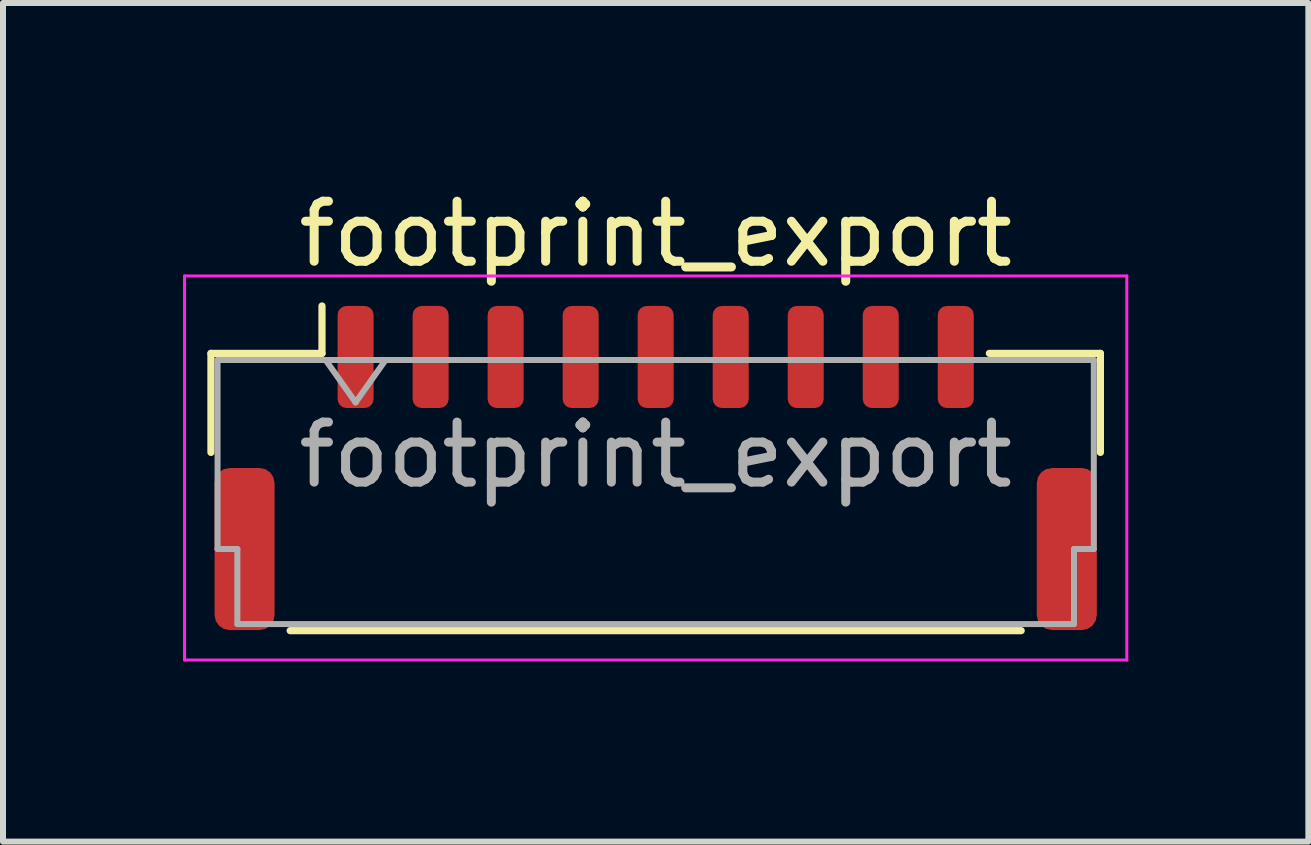
<source format=kicad_pcb>
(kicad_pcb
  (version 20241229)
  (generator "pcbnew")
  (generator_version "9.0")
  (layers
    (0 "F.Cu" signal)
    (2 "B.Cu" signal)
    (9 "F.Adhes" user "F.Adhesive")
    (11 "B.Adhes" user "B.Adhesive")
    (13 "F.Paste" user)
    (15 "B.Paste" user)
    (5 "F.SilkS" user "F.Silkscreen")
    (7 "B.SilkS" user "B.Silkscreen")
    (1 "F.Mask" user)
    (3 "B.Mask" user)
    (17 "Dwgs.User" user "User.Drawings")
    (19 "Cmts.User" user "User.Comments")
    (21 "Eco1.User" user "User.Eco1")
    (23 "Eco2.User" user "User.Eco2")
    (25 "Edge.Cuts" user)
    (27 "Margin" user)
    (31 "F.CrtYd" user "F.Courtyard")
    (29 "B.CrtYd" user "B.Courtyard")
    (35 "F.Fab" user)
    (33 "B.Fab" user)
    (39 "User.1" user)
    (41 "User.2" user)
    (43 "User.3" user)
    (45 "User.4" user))
  (footprint "footprint_export"
    (layer "F.Cu")
    (at 7.875 4.748)
    (property "Reference" "footprint_export" (at 0 -3.9 0) (layer "F.SilkS") (effects (font (size 1 1) (thickness 0.15))))
    (attr smd)
    (fp_line (start -7.41 -1.91) (end -5.56 -1.91) (stroke (width 0.12) (type solid)) (layer "F.SilkS"))
    (fp_line (start -7.41 -0.26) (end -7.41 -1.91) (stroke (width 0.12) (type solid)) (layer "F.SilkS"))
    (fp_line (start -6.09 2.71) (end 6.09 2.71) (stroke (width 0.12) (type solid)) (layer "F.SilkS"))
    (fp_line (start -5.56 -1.91) (end -5.56 -2.7) (stroke (width 0.12) (type solid)) (layer "F.SilkS"))
    (fp_line (start 7.41 -1.91) (end 5.56 -1.91) (stroke (width 0.12) (type solid)) (layer "F.SilkS"))
    (fp_line (start 7.41 -0.26) (end 7.41 -1.91) (stroke (width 0.12) (type solid)) (layer "F.SilkS"))
    (fp_line (start -7.85 -3.2) (end -7.85 3.2) (stroke (width 0.05) (type solid)) (layer "F.CrtYd"))
    (fp_line (start -7.85 3.2) (end 7.85 3.2) (stroke (width 0.05) (type solid)) (layer "F.CrtYd"))
    (fp_line (start 7.85 -3.2) (end -7.85 -3.2) (stroke (width 0.05) (type solid)) (layer "F.CrtYd"))
    (fp_line (start 7.85 3.2) (end 7.85 -3.2) (stroke (width 0.05) (type solid)) (layer "F.CrtYd"))
    (fp_line (start -7.3 -1.8) (end -7.3 1.35) (stroke (width 0.1) (type solid)) (layer "F.Fab"))
    (fp_line (start -7.3 -1.8) (end 7.3 -1.8) (stroke (width 0.1) (type solid)) (layer "F.Fab"))
    (fp_line (start -7.3 1.35) (end -6.97 1.35) (stroke (width 0.1) (type solid)) (layer "F.Fab"))
    (fp_line (start -6.97 1.35) (end -6.97 2.6) (stroke (width 0.1) (type solid)) (layer "F.Fab"))
    (fp_line (start -6.97 2.6) (end 6.97 2.6) (stroke (width 0.1) (type solid)) (layer "F.Fab"))
    (fp_line (start -5.5 -1.8) (end -5 -1.093) (stroke (width 0.1) (type solid)) (layer "F.Fab"))
    (fp_line (start -5 -1.093) (end -4.5 -1.8) (stroke (width 0.1) (type solid)) (layer "F.Fab"))
    (fp_line (start 6.97 1.35) (end 7.3 1.35) (stroke (width 0.1) (type solid)) (layer "F.Fab"))
    (fp_line (start 6.97 2.6) (end 6.97 1.35) (stroke (width 0.1) (type solid)) (layer "F.Fab"))
    (fp_line (start 7.3 -1.8) (end 7.3 1.35) (stroke (width 0.1) (type solid)) (layer "F.Fab"))
    (fp_text user "${REFERENCE}" (at 0 -0.22 0) (layer "F.Fab") (effects (font (size 1 1) (thickness 0.15))))
    (pad "1" smd roundrect (at -5 -1.85) (size 0.6 1.7) (layers "F.Cu" "F.Mask" "F.Paste") (roundrect_rratio 0.25))
    (pad "2" smd roundrect (at -3.75 -1.85) (size 0.6 1.7) (layers "F.Cu" "F.Mask" "F.Paste") (roundrect_rratio 0.25))
    (pad "3" smd roundrect (at -2.5 -1.85) (size 0.6 1.7) (layers "F.Cu" "F.Mask" "F.Paste") (roundrect_rratio 0.25))
    (pad "4" smd roundrect (at -1.25 -1.85) (size 0.6 1.7) (layers "F.Cu" "F.Mask" "F.Paste") (roundrect_rratio 0.25))
    (pad "5" smd roundrect (at 0 -1.85) (size 0.6 1.7) (layers "F.Cu" "F.Mask" "F.Paste") (roundrect_rratio 0.25))
    (pad "6" smd roundrect (at 1.25 -1.85) (size 0.6 1.7) (layers "F.Cu" "F.Mask" "F.Paste") (roundrect_rratio 0.25))
    (pad "7" smd roundrect (at 2.5 -1.85) (size 0.6 1.7) (layers "F.Cu" "F.Mask" "F.Paste") (roundrect_rratio 0.25))
    (pad "8" smd roundrect (at 3.75 -1.85) (size 0.6 1.7) (layers "F.Cu" "F.Mask" "F.Paste") (roundrect_rratio 0.25))
    (pad "9" smd roundrect (at 5 -1.85) (size 0.6 1.7) (layers "F.Cu" "F.Mask" "F.Paste") (roundrect_rratio 0.25))
    (pad "MP" smd roundrect (at -6.85 1.35) (size 1 2.7) (layers "F.Cu" "F.Mask" "F.Paste") (roundrect_rratio 0.25))
    (pad "MP" smd roundrect (at 6.85 1.35) (size 1 2.7) (layers "F.Cu" "F.Mask" "F.Paste") (roundrect_rratio 0.25)))
  (gr_rect
    (start -3 -3)
    (end 18.75 10.973)
    (stroke (width 0.1) (type default))
    (fill no)
    (layer "Edge.Cuts")))
</source>
